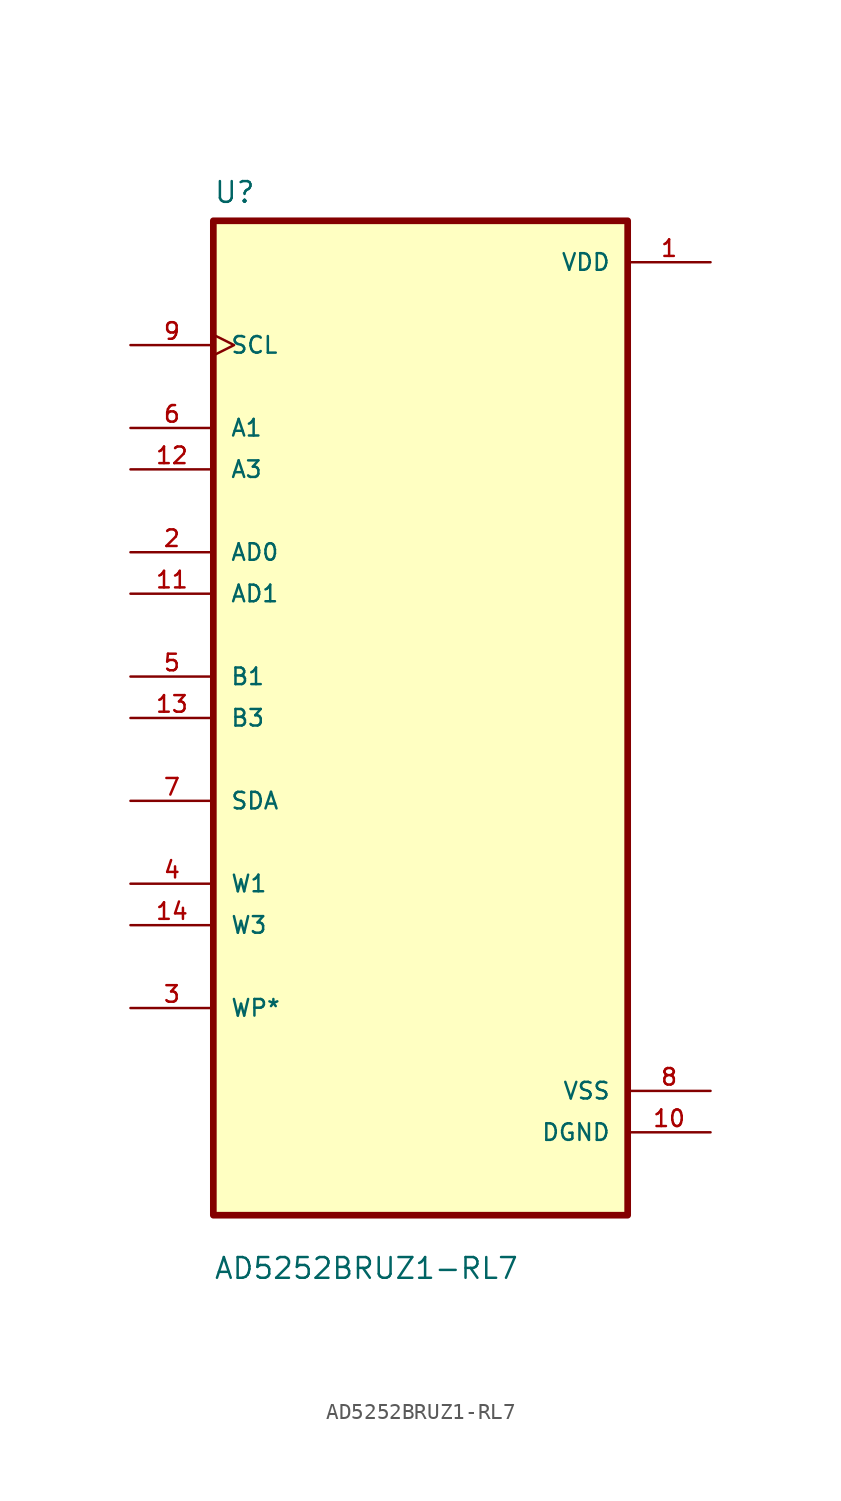
<source format=kicad_sym>
(kicad_symbol_lib
  (version 20211014)
  (generator kicad_symbol_editor)
  (symbol "AD5252BRUZ1-RL7"
    (pin_names
      (offset 1.016))
    (property "Reference" "U"
      (at -12.7 31.48 0.0)
      (effects (font (size 1.27 1.27)) (justify bottom left)))
    (property "Value" "AD5252BRUZ1-RL7"
      (at -12.7 -34.48 0.0)
      (effects (font (size 1.27 1.27)) (justify bottom left)))
    (symbol "AD5252BRUZ1-RL7_0_0"
      (rectangle (start -12.7 -30.48) (end 12.7 30.48) (stroke (width 0.41)) (fill (type background)))
      (pin input clock (at -17.78 22.86 0) (length 5.08) (name "SCL" (effects (font (size 1.016 1.016)))) (number "9" (effects (font (size 1.016 1.016)))))
      (pin bidirectional line (at -17.78 17.78 0) (length 5.08) (name "A1" (effects (font (size 1.016 1.016)))) (number "6" (effects (font (size 1.016 1.016)))))
      (pin bidirectional line (at -17.78 15.24 0) (length 5.08) (name "A3" (effects (font (size 1.016 1.016)))) (number "12" (effects (font (size 1.016 1.016)))))
      (pin bidirectional line (at -17.78 10.16 0) (length 5.08) (name "AD0" (effects (font (size 1.016 1.016)))) (number "2" (effects (font (size 1.016 1.016)))))
      (pin bidirectional line (at -17.78 7.62 0) (length 5.08) (name "AD1" (effects (font (size 1.016 1.016)))) (number "11" (effects (font (size 1.016 1.016)))))
      (pin bidirectional line (at -17.78 2.54 0) (length 5.08) (name "B1" (effects (font (size 1.016 1.016)))) (number "5" (effects (font (size 1.016 1.016)))))
      (pin bidirectional line (at -17.78 3.55271e-15 0) (length 5.08) (name "B3" (effects (font (size 1.016 1.016)))) (number "13" (effects (font (size 1.016 1.016)))))
      (pin bidirectional line (at -17.78 -5.08 0) (length 5.08) (name "SDA" (effects (font (size 1.016 1.016)))) (number "7" (effects (font (size 1.016 1.016)))))
      (pin bidirectional line (at -17.78 -10.16 0) (length 5.08) (name "W1" (effects (font (size 1.016 1.016)))) (number "4" (effects (font (size 1.016 1.016)))))
      (pin bidirectional line (at -17.78 -12.7 0) (length 5.08) (name "W3" (effects (font (size 1.016 1.016)))) (number "14" (effects (font (size 1.016 1.016)))))
      (pin bidirectional line (at -17.78 -17.78 0) (length 5.08) (name "WP*" (effects (font (size 1.016 1.016)))) (number "3" (effects (font (size 1.016 1.016)))))
      (pin power_in line (at 17.78 27.94 180.0) (length 5.08) (name "VDD" (effects (font (size 1.016 1.016)))) (number "1" (effects (font (size 1.016 1.016)))))
      (pin power_in line (at 17.78 -22.86 180.0) (length 5.08) (name "VSS" (effects (font (size 1.016 1.016)))) (number "8" (effects (font (size 1.016 1.016)))))
      (pin power_in line (at 17.78 -25.4 180.0) (length 5.08) (name "DGND" (effects (font (size 1.016 1.016)))) (number "10" (effects (font (size 1.016 1.016))))))))
</source>
